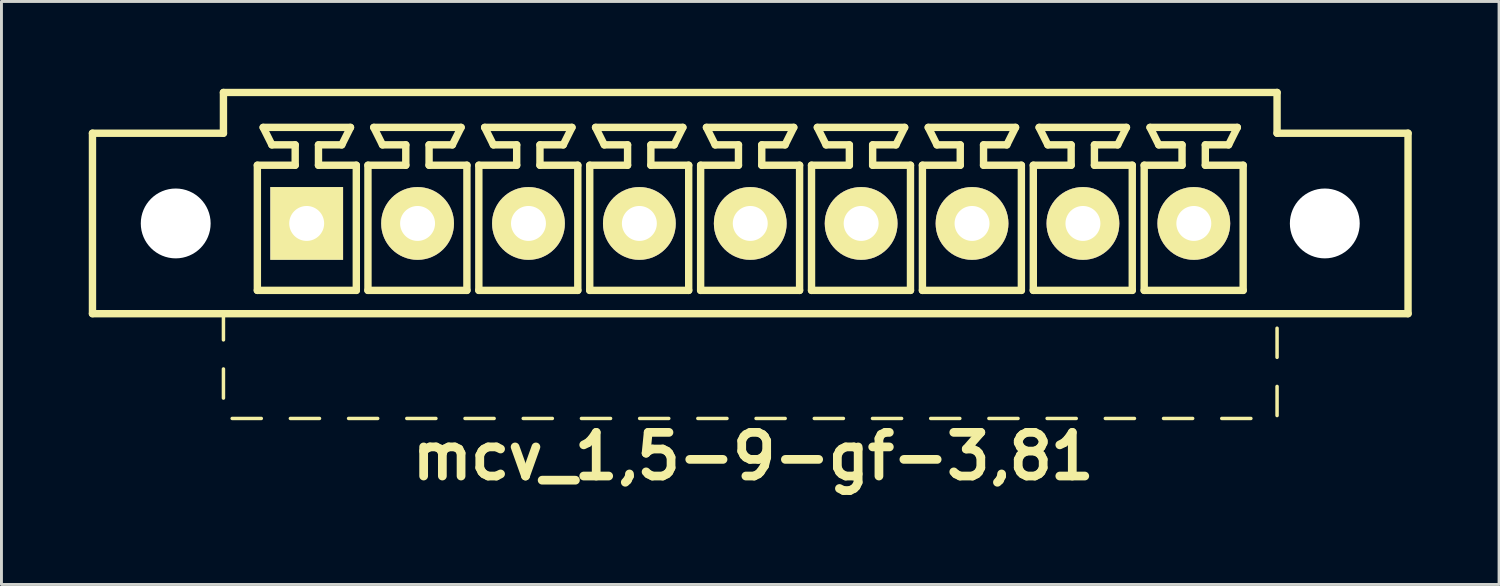
<source format=kicad_pcb>
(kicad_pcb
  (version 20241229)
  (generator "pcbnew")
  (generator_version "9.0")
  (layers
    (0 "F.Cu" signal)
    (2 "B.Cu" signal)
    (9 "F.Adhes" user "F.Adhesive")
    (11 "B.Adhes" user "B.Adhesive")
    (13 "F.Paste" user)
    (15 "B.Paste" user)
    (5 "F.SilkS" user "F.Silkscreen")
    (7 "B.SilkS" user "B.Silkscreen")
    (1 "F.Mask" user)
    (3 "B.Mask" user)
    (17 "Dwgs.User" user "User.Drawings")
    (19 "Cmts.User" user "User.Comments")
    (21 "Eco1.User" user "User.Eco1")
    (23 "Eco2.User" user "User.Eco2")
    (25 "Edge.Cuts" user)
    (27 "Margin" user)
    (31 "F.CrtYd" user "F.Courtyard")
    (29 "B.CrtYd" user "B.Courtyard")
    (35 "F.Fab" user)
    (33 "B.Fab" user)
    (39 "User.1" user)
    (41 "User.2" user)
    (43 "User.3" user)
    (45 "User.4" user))
  (footprint "mcv_1,5-9-gf-3,81"
    (layer "F.Cu")
    (at 22.727 4.627)
    (property "Reference" "mcv_1,5-9-gf-3,81" (at 0.1 8 0) (layer "F.SilkS") (effects (font (size 1.5 1.5) (thickness 0.3))))
    (attr through_hole)
    (fp_line (start -22.6 3.1) (end -22.6 -3.1) (stroke (width 0.254) (type solid)) (layer "F.SilkS"))
    (fp_line (start -22.6 3.1) (end 22.6 3.1) (stroke (width 0.254) (type solid)) (layer "F.SilkS"))
    (fp_line (start -18.1 -4.5) (end -18.1 -3.1) (stroke (width 0.254) (type solid)) (layer "F.SilkS"))
    (fp_line (start -18.1 -4.5) (end 18.1 -4.5) (stroke (width 0.254) (type solid)) (layer "F.SilkS"))
    (fp_line (start -18.1 -3.1) (end -22.6 -3.1) (stroke (width 0.254) (type solid)) (layer "F.SilkS"))
    (fp_line (start -18.1 3.1) (end -18.1 4) (stroke (width 0.12) (type solid)) (layer "F.SilkS"))
    (fp_line (start -18.1 5) (end -18.1 6) (stroke (width 0.12) (type solid)) (layer "F.SilkS"))
    (fp_line (start -17.8 6.7) (end -16.8 6.7) (stroke (width 0.12) (type solid)) (layer "F.SilkS"))
    (fp_line (start -16.935 -2) (end -15.635 -2) (stroke (width 0.254) (type solid)) (layer "F.SilkS"))
    (fp_line (start -16.935 2.3) (end -16.935 -2) (stroke (width 0.254) (type solid)) (layer "F.SilkS"))
    (fp_line (start -16.735 -3.3) (end -13.735 -3.3) (stroke (width 0.254) (type solid)) (layer "F.SilkS"))
    (fp_line (start -16.435 -2.7) (end -16.735 -3.3) (stroke (width 0.254) (type solid)) (layer "F.SilkS"))
    (fp_line (start -15.8 6.7) (end -14.8 6.7) (stroke (width 0.12) (type solid)) (layer "F.SilkS"))
    (fp_line (start -15.635 -2.7) (end -16.435 -2.7) (stroke (width 0.254) (type solid)) (layer "F.SilkS"))
    (fp_line (start -15.635 -2) (end -15.635 -2.7) (stroke (width 0.254) (type solid)) (layer "F.SilkS"))
    (fp_line (start -14.835 -2.7) (end -14.835 -2) (stroke (width 0.254) (type solid)) (layer "F.SilkS"))
    (fp_line (start -14.835 -2) (end -13.535 -2) (stroke (width 0.254) (type solid)) (layer "F.SilkS"))
    (fp_line (start -14.035 -2.7) (end -14.835 -2.7) (stroke (width 0.254) (type solid)) (layer "F.SilkS"))
    (fp_line (start -14.035 -2.7) (end -13.735 -3.3) (stroke (width 0.254) (type solid)) (layer "F.SilkS"))
    (fp_line (start -13.8 6.7) (end -12.8 6.7) (stroke (width 0.12) (type solid)) (layer "F.SilkS"))
    (fp_line (start -13.535 -2) (end -13.535 2.3) (stroke (width 0.254) (type solid)) (layer "F.SilkS"))
    (fp_line (start -13.535 2.3) (end -16.935 2.3) (stroke (width 0.254) (type solid)) (layer "F.SilkS"))
    (fp_line (start -13.135 -2) (end -11.835 -2) (stroke (width 0.254) (type solid)) (layer "F.SilkS"))
    (fp_line (start -13.135 2.3) (end -13.135 -2) (stroke (width 0.254) (type solid)) (layer "F.SilkS"))
    (fp_line (start -12.935 -3.3) (end -9.935 -3.3) (stroke (width 0.254) (type solid)) (layer "F.SilkS"))
    (fp_line (start -12.635 -2.7) (end -12.935 -3.3) (stroke (width 0.254) (type solid)) (layer "F.SilkS"))
    (fp_line (start -11.835 -2.7) (end -12.635 -2.7) (stroke (width 0.254) (type solid)) (layer "F.SilkS"))
    (fp_line (start -11.835 -2) (end -11.835 -2.7) (stroke (width 0.254) (type solid)) (layer "F.SilkS"))
    (fp_line (start -11.8 6.7) (end -10.8 6.7) (stroke (width 0.12) (type solid)) (layer "F.SilkS"))
    (fp_line (start -11.035 -2.7) (end -11.035 -2) (stroke (width 0.254) (type solid)) (layer "F.SilkS"))
    (fp_line (start -11.035 -2) (end -9.735 -2) (stroke (width 0.254) (type solid)) (layer "F.SilkS"))
    (fp_line (start -10.235 -2.7) (end -11.035 -2.7) (stroke (width 0.254) (type solid)) (layer "F.SilkS"))
    (fp_line (start -10.235 -2.7) (end -9.935 -3.3) (stroke (width 0.254) (type solid)) (layer "F.SilkS"))
    (fp_line (start -9.8 6.7) (end -8.8 6.7) (stroke (width 0.12) (type solid)) (layer "F.SilkS"))
    (fp_line (start -9.735 -2) (end -9.735 2.3) (stroke (width 0.254) (type solid)) (layer "F.SilkS"))
    (fp_line (start -9.735 2.3) (end -13.135 2.3) (stroke (width 0.254) (type solid)) (layer "F.SilkS"))
    (fp_line (start -9.325 -2) (end -8.025 -2) (stroke (width 0.254) (type solid)) (layer "F.SilkS"))
    (fp_line (start -9.325 2.3) (end -9.325 -2) (stroke (width 0.254) (type solid)) (layer "F.SilkS"))
    (fp_line (start -9.125 -3.3) (end -6.125 -3.3) (stroke (width 0.254) (type solid)) (layer "F.SilkS"))
    (fp_line (start -8.825 -2.7) (end -9.125 -3.3) (stroke (width 0.254) (type solid)) (layer "F.SilkS"))
    (fp_line (start -8.025 -2.7) (end -8.825 -2.7) (stroke (width 0.254) (type solid)) (layer "F.SilkS"))
    (fp_line (start -8.025 -2) (end -8.025 -2.7) (stroke (width 0.254) (type solid)) (layer "F.SilkS"))
    (fp_line (start -7.8 6.7) (end -6.8 6.7) (stroke (width 0.12) (type solid)) (layer "F.SilkS"))
    (fp_line (start -7.225 -2.7) (end -7.225 -2) (stroke (width 0.254) (type solid)) (layer "F.SilkS"))
    (fp_line (start -7.225 -2) (end -5.925 -2) (stroke (width 0.254) (type solid)) (layer "F.SilkS"))
    (fp_line (start -6.425 -2.7) (end -7.225 -2.7) (stroke (width 0.254) (type solid)) (layer "F.SilkS"))
    (fp_line (start -6.425 -2.7) (end -6.125 -3.3) (stroke (width 0.254) (type solid)) (layer "F.SilkS"))
    (fp_line (start -5.925 -2) (end -5.925 2.3) (stroke (width 0.254) (type solid)) (layer "F.SilkS"))
    (fp_line (start -5.925 2.3) (end -9.325 2.3) (stroke (width 0.254) (type solid)) (layer "F.SilkS"))
    (fp_line (start -5.8 6.7) (end -4.8 6.7) (stroke (width 0.12) (type solid)) (layer "F.SilkS"))
    (fp_line (start -5.515 -2) (end -4.215 -2) (stroke (width 0.254) (type solid)) (layer "F.SilkS"))
    (fp_line (start -5.515 2.3) (end -5.515 -2) (stroke (width 0.254) (type solid)) (layer "F.SilkS"))
    (fp_line (start -5.315 -3.3) (end -2.315 -3.3) (stroke (width 0.254) (type solid)) (layer "F.SilkS"))
    (fp_line (start -5.015 -2.7) (end -5.315 -3.3) (stroke (width 0.254) (type solid)) (layer "F.SilkS"))
    (fp_line (start -4.215 -2.7) (end -5.015 -2.7) (stroke (width 0.254) (type solid)) (layer "F.SilkS"))
    (fp_line (start -4.215 -2) (end -4.215 -2.7) (stroke (width 0.254) (type solid)) (layer "F.SilkS"))
    (fp_line (start -3.8 6.7) (end -2.8 6.7) (stroke (width 0.12) (type solid)) (layer "F.SilkS"))
    (fp_line (start -3.415 -2.7) (end -3.415 -2) (stroke (width 0.254) (type solid)) (layer "F.SilkS"))
    (fp_line (start -3.415 -2) (end -2.115 -2) (stroke (width 0.254) (type solid)) (layer "F.SilkS"))
    (fp_line (start -2.615 -2.7) (end -3.415 -2.7) (stroke (width 0.254) (type solid)) (layer "F.SilkS"))
    (fp_line (start -2.615 -2.7) (end -2.315 -3.3) (stroke (width 0.254) (type solid)) (layer "F.SilkS"))
    (fp_line (start -2.115 -2) (end -2.115 2.3) (stroke (width 0.254) (type solid)) (layer "F.SilkS"))
    (fp_line (start -2.115 2.3) (end -5.515 2.3) (stroke (width 0.254) (type solid)) (layer "F.SilkS"))
    (fp_line (start -1.8 6.7) (end -0.8 6.7) (stroke (width 0.12) (type solid)) (layer "F.SilkS"))
    (fp_line (start -1.705 -2) (end -0.405 -2) (stroke (width 0.254) (type solid)) (layer "F.SilkS"))
    (fp_line (start -1.705 2.3) (end -1.705 -2) (stroke (width 0.254) (type solid)) (layer "F.SilkS"))
    (fp_line (start -1.505 -3.3) (end 1.495 -3.3) (stroke (width 0.254) (type solid)) (layer "F.SilkS"))
    (fp_line (start -1.205 -2.7) (end -1.505 -3.3) (stroke (width 0.254) (type solid)) (layer "F.SilkS"))
    (fp_line (start -0.405 -2.7) (end -1.205 -2.7) (stroke (width 0.254) (type solid)) (layer "F.SilkS"))
    (fp_line (start -0.405 -2) (end -0.405 -2.7) (stroke (width 0.254) (type solid)) (layer "F.SilkS"))
    (fp_line (start 0.2 6.7) (end 1.2 6.7) (stroke (width 0.12) (type solid)) (layer "F.SilkS"))
    (fp_line (start 0.395 -2.7) (end 0.395 -2) (stroke (width 0.254) (type solid)) (layer "F.SilkS"))
    (fp_line (start 0.395 -2) (end 1.695 -2) (stroke (width 0.254) (type solid)) (layer "F.SilkS"))
    (fp_line (start 1.195 -2.7) (end 0.395 -2.7) (stroke (width 0.254) (type solid)) (layer "F.SilkS"))
    (fp_line (start 1.195 -2.7) (end 1.495 -3.3) (stroke (width 0.254) (type solid)) (layer "F.SilkS"))
    (fp_line (start 1.695 -2) (end 1.695 2.3) (stroke (width 0.254) (type solid)) (layer "F.SilkS"))
    (fp_line (start 1.695 2.3) (end -1.705 2.3) (stroke (width 0.254) (type solid)) (layer "F.SilkS"))
    (fp_line (start 2.105 -2) (end 3.405 -2) (stroke (width 0.254) (type solid)) (layer "F.SilkS"))
    (fp_line (start 2.105 2.3) (end 2.105 -2) (stroke (width 0.254) (type solid)) (layer "F.SilkS"))
    (fp_line (start 2.2 6.7) (end 3.2 6.7) (stroke (width 0.12) (type solid)) (layer "F.SilkS"))
    (fp_line (start 2.305 -3.3) (end 5.305 -3.3) (stroke (width 0.254) (type solid)) (layer "F.SilkS"))
    (fp_line (start 2.605 -2.7) (end 2.305 -3.3) (stroke (width 0.254) (type solid)) (layer "F.SilkS"))
    (fp_line (start 3.405 -2.7) (end 2.605 -2.7) (stroke (width 0.254) (type solid)) (layer "F.SilkS"))
    (fp_line (start 3.405 -2) (end 3.405 -2.7) (stroke (width 0.254) (type solid)) (layer "F.SilkS"))
    (fp_line (start 4.2 6.7) (end 5.2 6.7) (stroke (width 0.12) (type solid)) (layer "F.SilkS"))
    (fp_line (start 4.205 -2.7) (end 4.205 -2) (stroke (width 0.254) (type solid)) (layer "F.SilkS"))
    (fp_line (start 4.205 -2) (end 5.505 -2) (stroke (width 0.254) (type solid)) (layer "F.SilkS"))
    (fp_line (start 5.005 -2.7) (end 4.205 -2.7) (stroke (width 0.254) (type solid)) (layer "F.SilkS"))
    (fp_line (start 5.005 -2.7) (end 5.305 -3.3) (stroke (width 0.254) (type solid)) (layer "F.SilkS"))
    (fp_line (start 5.505 -2) (end 5.505 2.3) (stroke (width 0.254) (type solid)) (layer "F.SilkS"))
    (fp_line (start 5.505 2.3) (end 2.105 2.3) (stroke (width 0.254) (type solid)) (layer "F.SilkS"))
    (fp_line (start 5.915 -2) (end 7.215 -2) (stroke (width 0.254) (type solid)) (layer "F.SilkS"))
    (fp_line (start 5.915 2.3) (end 5.915 -2) (stroke (width 0.254) (type solid)) (layer "F.SilkS"))
    (fp_line (start 6.115 -3.3) (end 9.115 -3.3) (stroke (width 0.254) (type solid)) (layer "F.SilkS"))
    (fp_line (start 6.2 6.7) (end 7.2 6.7) (stroke (width 0.12) (type solid)) (layer "F.SilkS"))
    (fp_line (start 6.415 -2.7) (end 6.115 -3.3) (stroke (width 0.254) (type solid)) (layer "F.SilkS"))
    (fp_line (start 7.215 -2.7) (end 6.415 -2.7) (stroke (width 0.254) (type solid)) (layer "F.SilkS"))
    (fp_line (start 7.215 -2) (end 7.215 -2.7) (stroke (width 0.254) (type solid)) (layer "F.SilkS"))
    (fp_line (start 8.015 -2.7) (end 8.015 -2) (stroke (width 0.254) (type solid)) (layer "F.SilkS"))
    (fp_line (start 8.015 -2) (end 9.315 -2) (stroke (width 0.254) (type solid)) (layer "F.SilkS"))
    (fp_line (start 8.2 6.7) (end 9.2 6.7) (stroke (width 0.12) (type solid)) (layer "F.SilkS"))
    (fp_line (start 8.815 -2.7) (end 8.015 -2.7) (stroke (width 0.254) (type solid)) (layer "F.SilkS"))
    (fp_line (start 8.815 -2.7) (end 9.115 -3.3) (stroke (width 0.254) (type solid)) (layer "F.SilkS"))
    (fp_line (start 9.315 -2) (end 9.315 2.3) (stroke (width 0.254) (type solid)) (layer "F.SilkS"))
    (fp_line (start 9.315 2.3) (end 5.915 2.3) (stroke (width 0.254) (type solid)) (layer "F.SilkS"))
    (fp_line (start 9.725 -2) (end 11.025 -2) (stroke (width 0.254) (type solid)) (layer "F.SilkS"))
    (fp_line (start 9.725 2.3) (end 9.725 -2) (stroke (width 0.254) (type solid)) (layer "F.SilkS"))
    (fp_line (start 9.925 -3.3) (end 12.925 -3.3) (stroke (width 0.254) (type solid)) (layer "F.SilkS"))
    (fp_line (start 10.2 6.7) (end 11.2 6.7) (stroke (width 0.12) (type solid)) (layer "F.SilkS"))
    (fp_line (start 10.225 -2.7) (end 9.925 -3.3) (stroke (width 0.254) (type solid)) (layer "F.SilkS"))
    (fp_line (start 11.025 -2.7) (end 10.225 -2.7) (stroke (width 0.254) (type solid)) (layer "F.SilkS"))
    (fp_line (start 11.025 -2) (end 11.025 -2.7) (stroke (width 0.254) (type solid)) (layer "F.SilkS"))
    (fp_line (start 11.825 -2.7) (end 11.825 -2) (stroke (width 0.254) (type solid)) (layer "F.SilkS"))
    (fp_line (start 11.825 -2) (end 13.125 -2) (stroke (width 0.254) (type solid)) (layer "F.SilkS"))
    (fp_line (start 12.2 6.7) (end 13.2 6.7) (stroke (width 0.12) (type solid)) (layer "F.SilkS"))
    (fp_line (start 12.625 -2.7) (end 11.825 -2.7) (stroke (width 0.254) (type solid)) (layer "F.SilkS"))
    (fp_line (start 12.625 -2.7) (end 12.925 -3.3) (stroke (width 0.254) (type solid)) (layer "F.SilkS"))
    (fp_line (start 13.125 -2) (end 13.125 2.3) (stroke (width 0.254) (type solid)) (layer "F.SilkS"))
    (fp_line (start 13.125 2.3) (end 9.725 2.3) (stroke (width 0.254) (type solid)) (layer "F.SilkS"))
    (fp_line (start 13.535 -2) (end 14.835 -2) (stroke (width 0.254) (type solid)) (layer "F.SilkS"))
    (fp_line (start 13.535 2.3) (end 13.535 -2) (stroke (width 0.254) (type solid)) (layer "F.SilkS"))
    (fp_line (start 13.735 -3.3) (end 16.735 -3.3) (stroke (width 0.254) (type solid)) (layer "F.SilkS"))
    (fp_line (start 14.035 -2.7) (end 13.735 -3.3) (stroke (width 0.254) (type solid)) (layer "F.SilkS"))
    (fp_line (start 14.2 6.7) (end 15.2 6.7) (stroke (width 0.12) (type solid)) (layer "F.SilkS"))
    (fp_line (start 14.835 -2.7) (end 14.035 -2.7) (stroke (width 0.254) (type solid)) (layer "F.SilkS"))
    (fp_line (start 14.835 -2) (end 14.835 -2.7) (stroke (width 0.254) (type solid)) (layer "F.SilkS"))
    (fp_line (start 15.635 -2.7) (end 15.635 -2) (stroke (width 0.254) (type solid)) (layer "F.SilkS"))
    (fp_line (start 15.635 -2) (end 16.935 -2) (stroke (width 0.254) (type solid)) (layer "F.SilkS"))
    (fp_line (start 16.2 6.7) (end 17.2 6.7) (stroke (width 0.12) (type solid)) (layer "F.SilkS"))
    (fp_line (start 16.435 -2.7) (end 15.635 -2.7) (stroke (width 0.254) (type solid)) (layer "F.SilkS"))
    (fp_line (start 16.435 -2.7) (end 16.735 -3.3) (stroke (width 0.254) (type solid)) (layer "F.SilkS"))
    (fp_line (start 16.935 -2) (end 16.935 2.3) (stroke (width 0.254) (type solid)) (layer "F.SilkS"))
    (fp_line (start 16.935 2.3) (end 13.535 2.3) (stroke (width 0.254) (type solid)) (layer "F.SilkS"))
    (fp_line (start 18.1 -4.5) (end 18.1 -3.1) (stroke (width 0.254) (type solid)) (layer "F.SilkS"))
    (fp_line (start 18.1 -3.1) (end 22.6 -3.1) (stroke (width 0.254) (type solid)) (layer "F.SilkS"))
    (fp_line (start 18.1 4.6) (end 18.1 3.6) (stroke (width 0.12) (type solid)) (layer "F.SilkS"))
    (fp_line (start 18.1 6.6) (end 18.1 5.6) (stroke (width 0.12) (type solid)) (layer "F.SilkS"))
    (fp_line (start 22.6 3.1) (end 22.6 -3.1) (stroke (width 0.254) (type solid)) (layer "F.SilkS"))
    (pad "" np_thru_hole circle (at -19.74 0) (size 2.4 2.4) (drill 2.4) (layers "*.Cu" "*.Mask"))
    (pad "" np_thru_hole circle (at 19.74 0) (size 2.4 2.4) (drill 2.4) (layers "*.Cu" "*.Mask"))
    (pad "1" thru_hole rect (at -15.24 0) (size 2.5 2.5) (drill 1.2) (layers "*.Cu" "*.Mask" "F.SilkS"))
    (pad "2" thru_hole circle (at -11.43 0) (size 2.5 2.5) (drill 1.2) (layers "*.Cu" "*.Mask" "F.SilkS"))
    (pad "3" thru_hole circle (at -7.62 0) (size 2.5 2.5) (drill 1.2) (layers "*.Cu" "*.Mask" "F.SilkS"))
    (pad "4" thru_hole circle (at -3.81 0) (size 2.5 2.5) (drill 1.2) (layers "*.Cu" "*.Mask" "F.SilkS"))
    (pad "5" thru_hole circle (at 0 0) (size 2.5 2.5) (drill 1.2) (layers "*.Cu" "*.Mask" "F.SilkS"))
    (pad "6" thru_hole circle (at 3.81 0) (size 2.5 2.5) (drill 1.2) (layers "*.Cu" "*.Mask" "F.SilkS"))
    (pad "7" thru_hole circle (at 7.62 0) (size 2.5 2.5) (drill 1.2) (layers "*.Cu" "*.Mask" "F.SilkS"))
    (pad "8" thru_hole circle (at 11.43 0) (size 2.5 2.5) (drill 1.2) (layers "*.Cu" "*.Mask" "F.SilkS"))
    (pad "9" thru_hole circle (at 15.24 0) (size 2.5 2.5) (drill 1.2) (layers "*.Cu" "*.Mask" "F.SilkS")))
  (gr_rect
    (start -3 -3)
    (end 48.454 17.031)
    (stroke (width 0.1) (type default))
    (fill no)
    (layer "Edge.Cuts")))
</source>
